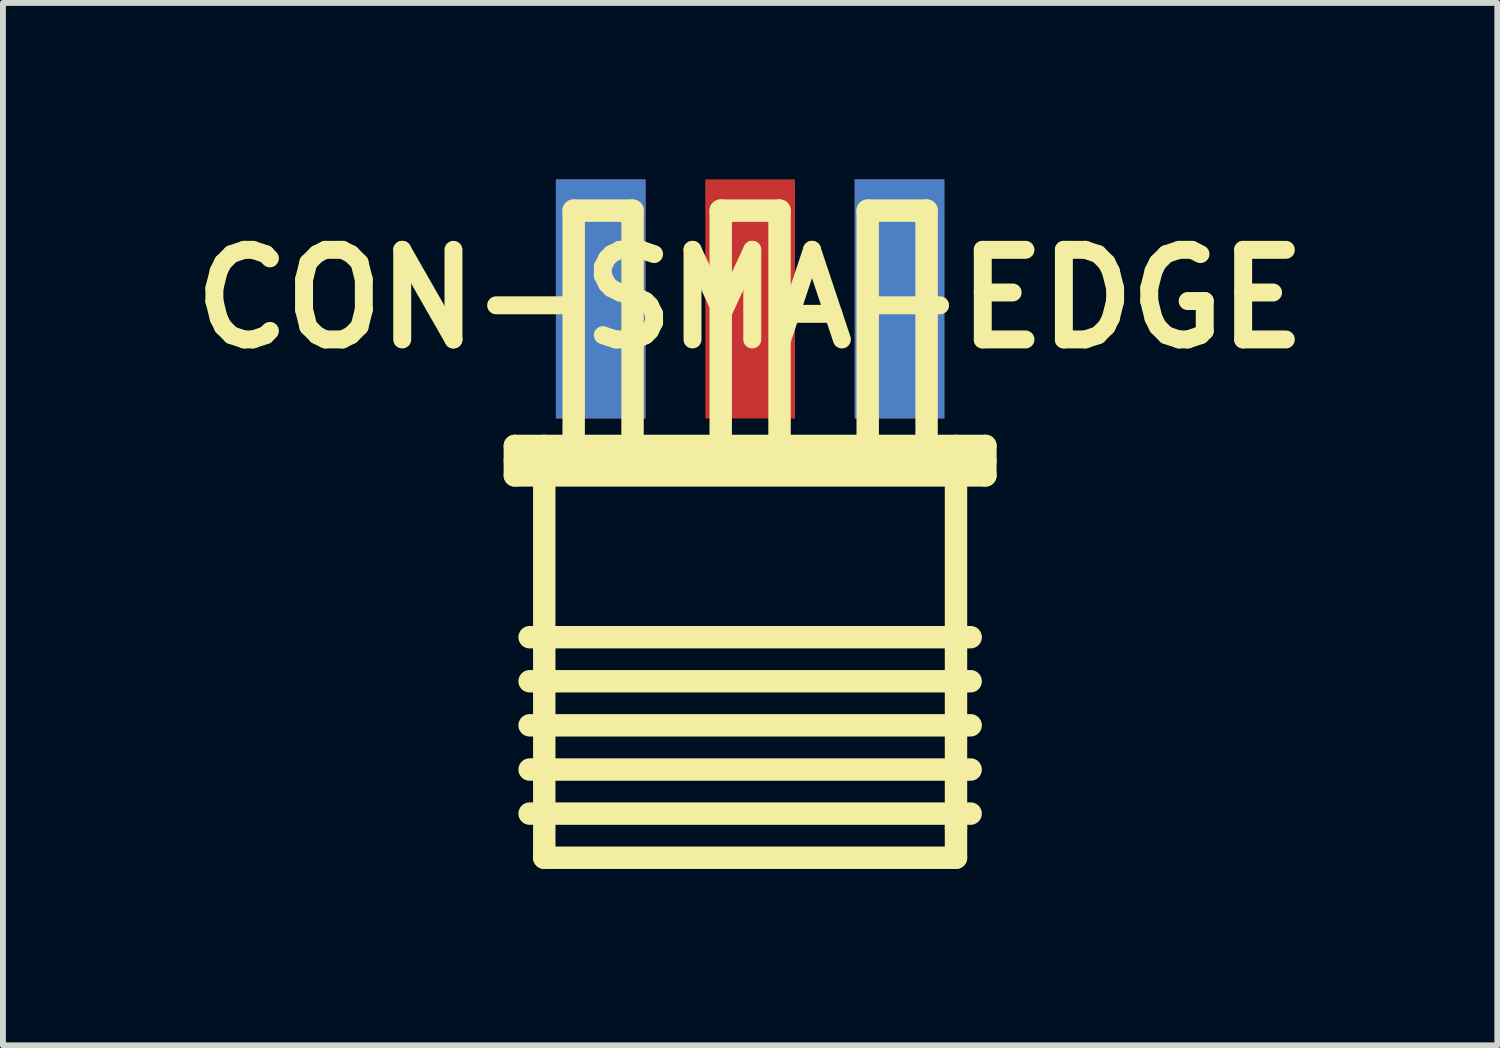
<source format=kicad_pcb>
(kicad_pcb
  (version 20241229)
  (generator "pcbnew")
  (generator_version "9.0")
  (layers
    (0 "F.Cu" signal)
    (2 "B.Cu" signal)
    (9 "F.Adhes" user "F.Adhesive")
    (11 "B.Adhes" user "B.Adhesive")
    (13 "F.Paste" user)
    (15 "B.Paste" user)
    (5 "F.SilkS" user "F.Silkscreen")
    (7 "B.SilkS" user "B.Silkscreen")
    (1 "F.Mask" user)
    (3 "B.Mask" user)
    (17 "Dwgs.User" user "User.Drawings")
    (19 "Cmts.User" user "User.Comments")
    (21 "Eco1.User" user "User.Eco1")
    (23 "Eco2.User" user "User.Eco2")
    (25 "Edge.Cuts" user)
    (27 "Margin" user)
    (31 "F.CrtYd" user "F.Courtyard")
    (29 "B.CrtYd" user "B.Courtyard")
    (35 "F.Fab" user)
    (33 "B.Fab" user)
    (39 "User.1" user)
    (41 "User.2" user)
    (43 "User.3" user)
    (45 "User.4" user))
  (footprint "CON-SMA-EDGE"
    (layer "F.Cu")
    (at 9.703 2.032)
    (property "Reference" "CON-SMA-EDGE" (at 0 0 0) (layer "F.SilkS") (effects (font (size 1.524 1.524) (thickness 0.305))))
    (attr through_hole)
    (fp_line (start -4 2.499) (end 4 2.499) (stroke (width 0.381) (type solid)) (layer "F.SilkS"))
    (fp_line (start -4 3) (end -4 2.499) (stroke (width 0.381) (type solid)) (layer "F.SilkS"))
    (fp_line (start -4 3) (end 4 3) (stroke (width 0.381) (type solid)) (layer "F.SilkS"))
    (fp_line (start -3.749 5.751) (end 3.749 5.751) (stroke (width 0.381) (type solid)) (layer "F.SilkS"))
    (fp_line (start -3.749 8.001) (end 3.749 8.001) (stroke (width 0.381) (type solid)) (layer "F.SilkS"))
    (fp_line (start -3.5 9.5) (end -3.5 2.499) (stroke (width 0.381) (type solid)) (layer "F.SilkS"))
    (fp_line (start -3.5 9.5) (end 3.5 9.5) (stroke (width 0.381) (type solid)) (layer "F.SilkS"))
    (fp_line (start -3 -1.501) (end -1.999 -1.501) (stroke (width 0.381) (type solid)) (layer "F.SilkS"))
    (fp_line (start -3 2.499) (end -3 -1.501) (stroke (width 0.381) (type solid)) (layer "F.SilkS"))
    (fp_line (start -1.999 -1.501) (end -1.999 2.499) (stroke (width 0.381) (type solid)) (layer "F.SilkS"))
    (fp_line (start -0.5 -1.501) (end 0.5 -1.501) (stroke (width 0.381) (type solid)) (layer "F.SilkS"))
    (fp_line (start -0.5 2.499) (end -0.5 -1.501) (stroke (width 0.381) (type solid)) (layer "F.SilkS"))
    (fp_line (start 0.5 -1.501) (end 0.5 2.499) (stroke (width 0.381) (type solid)) (layer "F.SilkS"))
    (fp_line (start 1.999 -1.501) (end 3 -1.501) (stroke (width 0.381) (type solid)) (layer "F.SilkS"))
    (fp_line (start 1.999 2.499) (end 1.999 -1.501) (stroke (width 0.381) (type solid)) (layer "F.SilkS"))
    (fp_line (start 3 -1.501) (end 3 2.499) (stroke (width 0.381) (type solid)) (layer "F.SilkS"))
    (fp_line (start 3.5 2.499) (end 3.5 8.999) (stroke (width 0.381) (type solid)) (layer "F.SilkS"))
    (fp_line (start 3.5 9.5) (end 3.5 8.999) (stroke (width 0.381) (type solid)) (layer "F.SilkS"))
    (fp_line (start 3.749 6.5) (end -3.749 6.5) (stroke (width 0.381) (type solid)) (layer "F.SilkS"))
    (fp_line (start 3.749 7.249) (end -3.749 7.249) (stroke (width 0.381) (type solid)) (layer "F.SilkS"))
    (fp_line (start 3.749 8.75) (end -3.749 8.75) (stroke (width 0.381) (type solid)) (layer "F.SilkS"))
    (fp_line (start 4 2.751) (end -4 2.751) (stroke (width 0.381) (type solid)) (layer "F.SilkS"))
    (fp_line (start 4 3) (end 4 2.499) (stroke (width 0.381) (type solid)) (layer "F.SilkS"))
    (pad "1" smd rect (at 0 0) (size 1.524 4.064) (layers "F.Cu" "F.Mask" "F.Paste"))
    (pad "2" smd rect (at -2.54 0) (size 1.524 4.064) (layers "F.Cu" "F.Mask" "F.Paste"))
    (pad "2" smd rect (at -2.54 0) (size 1.524 4.064) (layers "B.Cu" "B.Mask" "B.Paste"))
    (pad "2" smd rect (at 2.54 0) (size 1.524 4.064) (layers "F.Cu" "F.Mask" "F.Paste"))
    (pad "2" smd rect (at 2.54 0) (size 1.524 4.064) (layers "B.Cu" "B.Mask" "B.Paste")))
  (gr_rect
    (start -3 -3)
    (end 22.406 14.722)
    (stroke (width 0.1) (type default))
    (fill no)
    (layer "Edge.Cuts")))
</source>
